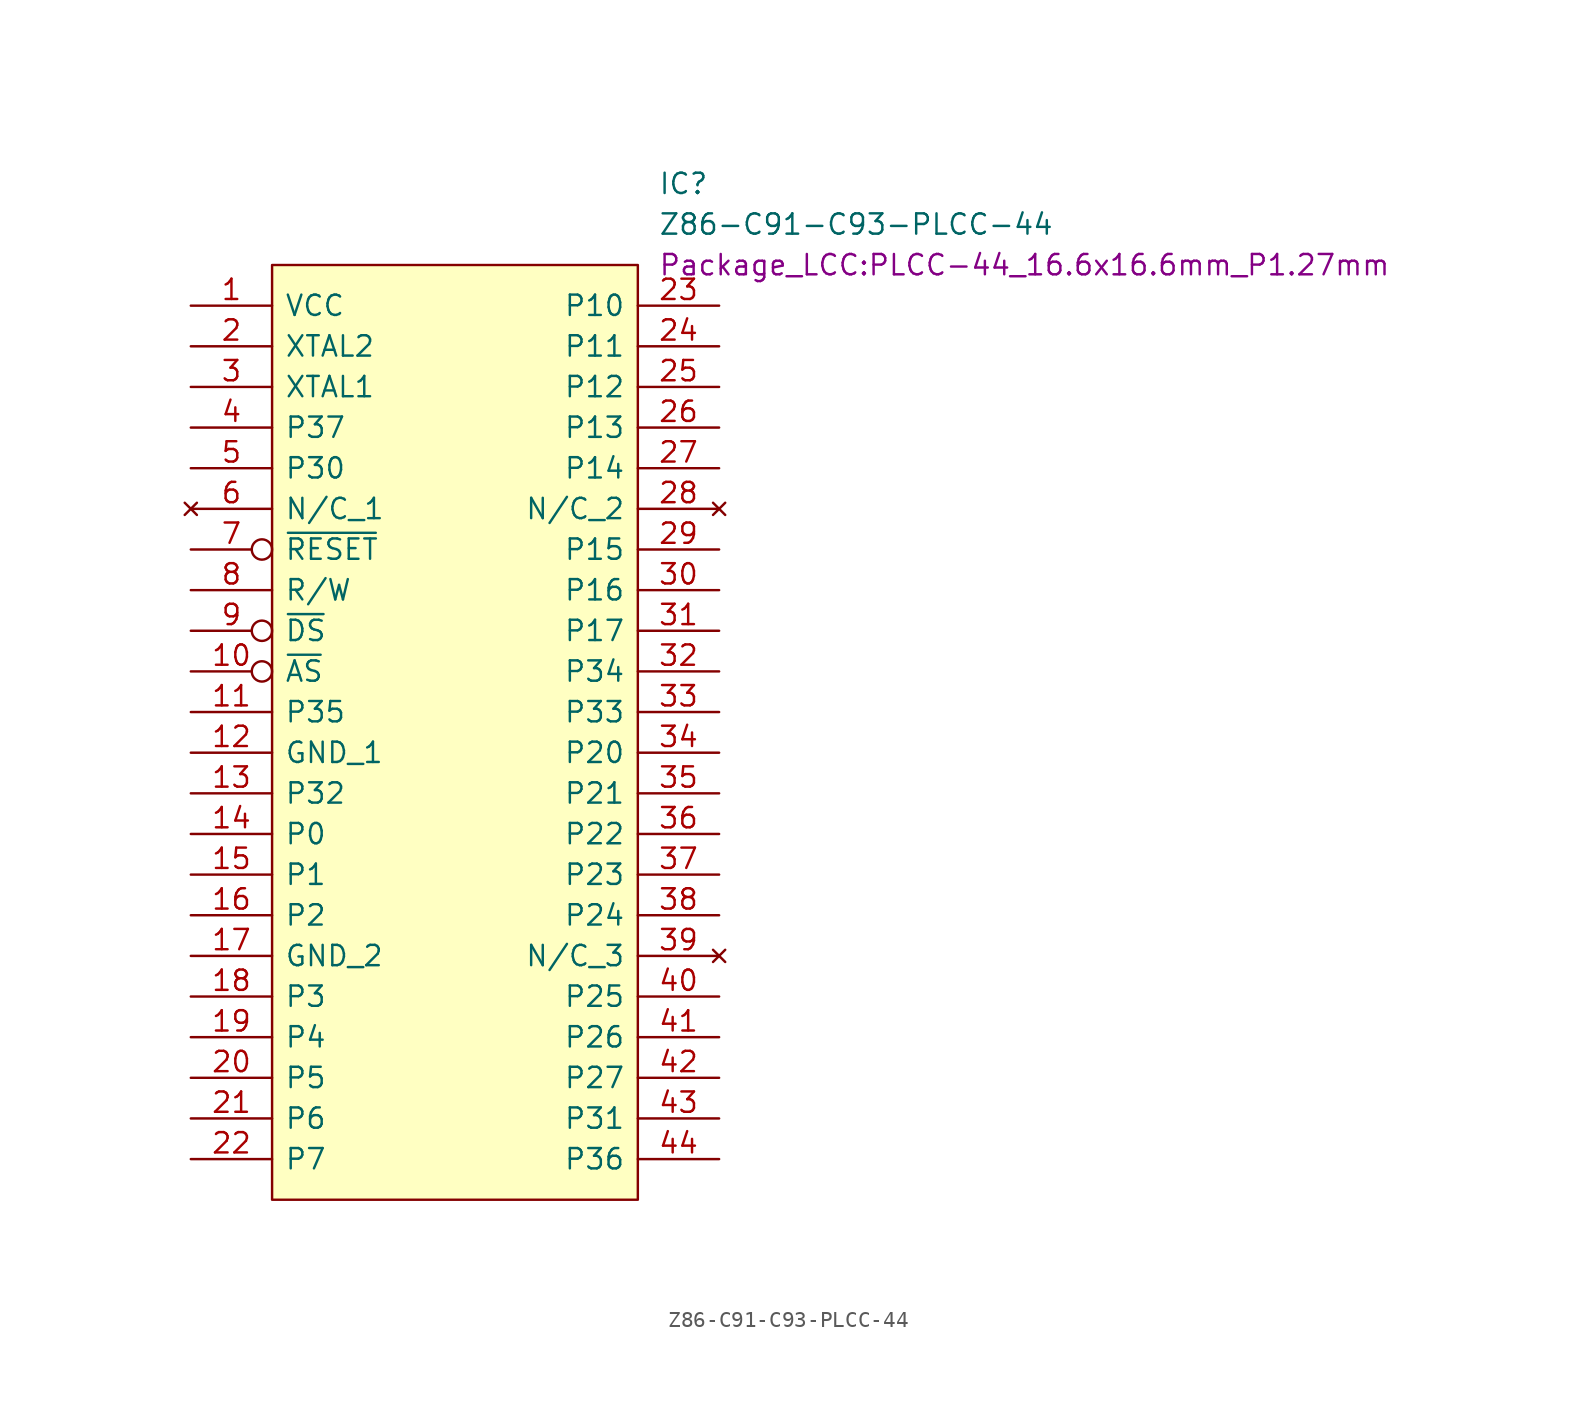
<source format=kicad_sym>
(kicad_symbol_lib
  (version 20211014)
  (generator kicad_symbol_editor)
  (symbol "Z86-C91-C93-PLCC-44"
    (pin_names
      (offset 0.762))
    (property "Reference" "IC"
      (at 24.13 5.08 0)
      (effects (font (size 1.27 1.27)) (justify left)))
    (property "Value" "Z86-C91-C93-PLCC-44"
      (at 24.13 2.54 0)
      (effects (font (size 1.27 1.27)) (justify left)))
    (property "Footprint" "Package_LCC:PLCC-44_16.6x16.6mm_P1.27mm"
      (at 24.13 0 0)
      (effects (font (size 1.27 1.27)) (justify left)))
    (symbol "Z86-C91-C93-PLCC-44_0_0"
      (pin power_in line (at -5.08 -2.54 0) (length 5.08) (name "VCC" (effects (font (size 1.27 1.27)))) (number "1" (effects (font (size 1.27 1.27)))))
      (pin output inverted (at -5.08 -25.4 0) (length 5.08) (name "~{AS}" (effects (font (size 1.27 1.27)))) (number "10" (effects (font (size 1.27 1.27)))))
      (pin bidirectional line (at -5.08 -27.94 0) (length 5.08) (name "P35" (effects (font (size 1.27 1.27)))) (number "11" (effects (font (size 1.27 1.27)))))
      (pin power_in line (at -5.08 -30.48 0) (length 5.08) (name "GND_1" (effects (font (size 1.27 1.27)))) (number "12" (effects (font (size 1.27 1.27)))))
      (pin bidirectional line (at -5.08 -33.02 0) (length 5.08) (name "P32" (effects (font (size 1.27 1.27)))) (number "13" (effects (font (size 1.27 1.27)))))
      (pin bidirectional line (at -5.08 -35.56 0) (length 5.08) (name "P0" (effects (font (size 1.27 1.27)))) (number "14" (effects (font (size 1.27 1.27)))))
      (pin bidirectional line (at -5.08 -38.1 0) (length 5.08) (name "P1" (effects (font (size 1.27 1.27)))) (number "15" (effects (font (size 1.27 1.27)))))
      (pin bidirectional line (at -5.08 -40.64 0) (length 5.08) (name "P2" (effects (font (size 1.27 1.27)))) (number "16" (effects (font (size 1.27 1.27)))))
      (pin power_in line (at -5.08 -43.18 0) (length 5.08) (name "GND_2" (effects (font (size 1.27 1.27)))) (number "17" (effects (font (size 1.27 1.27)))))
      (pin bidirectional line (at -5.08 -45.72 0) (length 5.08) (name "P3" (effects (font (size 1.27 1.27)))) (number "18" (effects (font (size 1.27 1.27)))))
      (pin bidirectional line (at -5.08 -48.26 0) (length 5.08) (name "P4" (effects (font (size 1.27 1.27)))) (number "19" (effects (font (size 1.27 1.27)))))
      (pin output line (at -5.08 -5.08 0) (length 5.08) (name "XTAL2" (effects (font (size 1.27 1.27)))) (number "2" (effects (font (size 1.27 1.27)))))
      (pin bidirectional line (at -5.08 -50.8 0) (length 5.08) (name "P5" (effects (font (size 1.27 1.27)))) (number "20" (effects (font (size 1.27 1.27)))))
      (pin bidirectional line (at -5.08 -53.34 0) (length 5.08) (name "P6" (effects (font (size 1.27 1.27)))) (number "21" (effects (font (size 1.27 1.27)))))
      (pin bidirectional line (at -5.08 -55.88 0) (length 5.08) (name "P7" (effects (font (size 1.27 1.27)))) (number "22" (effects (font (size 1.27 1.27)))))
      (pin bidirectional line (at 27.94 -2.54 180) (length 5.08) (name "P10" (effects (font (size 1.27 1.27)))) (number "23" (effects (font (size 1.27 1.27)))))
      (pin bidirectional line (at 27.94 -5.08 180) (length 5.08) (name "P11" (effects (font (size 1.27 1.27)))) (number "24" (effects (font (size 1.27 1.27)))))
      (pin bidirectional line (at 27.94 -7.62 180) (length 5.08) (name "P12" (effects (font (size 1.27 1.27)))) (number "25" (effects (font (size 1.27 1.27)))))
      (pin bidirectional line (at 27.94 -10.16 180) (length 5.08) (name "P13" (effects (font (size 1.27 1.27)))) (number "26" (effects (font (size 1.27 1.27)))))
      (pin bidirectional line (at 27.94 -12.7 180) (length 5.08) (name "P14" (effects (font (size 1.27 1.27)))) (number "27" (effects (font (size 1.27 1.27)))))
      (pin no_connect line (at 27.94 -15.24 180) (length 5.08) (name "N/C_2" (effects (font (size 1.27 1.27)))) (number "28" (effects (font (size 1.27 1.27)))))
      (pin bidirectional line (at 27.94 -17.78 180) (length 5.08) (name "P15" (effects (font (size 1.27 1.27)))) (number "29" (effects (font (size 1.27 1.27)))))
      (pin input line (at -5.08 -7.62 0) (length 5.08) (name "XTAL1" (effects (font (size 1.27 1.27)))) (number "3" (effects (font (size 1.27 1.27)))))
      (pin bidirectional line (at 27.94 -20.32 180) (length 5.08) (name "P16" (effects (font (size 1.27 1.27)))) (number "30" (effects (font (size 1.27 1.27)))))
      (pin bidirectional line (at 27.94 -22.86 180) (length 5.08) (name "P17" (effects (font (size 1.27 1.27)))) (number "31" (effects (font (size 1.27 1.27)))))
      (pin bidirectional line (at 27.94 -25.4 180) (length 5.08) (name "P34" (effects (font (size 1.27 1.27)))) (number "32" (effects (font (size 1.27 1.27)))))
      (pin bidirectional line (at 27.94 -27.94 180) (length 5.08) (name "P33" (effects (font (size 1.27 1.27)))) (number "33" (effects (font (size 1.27 1.27)))))
      (pin bidirectional line (at 27.94 -30.48 180) (length 5.08) (name "P20" (effects (font (size 1.27 1.27)))) (number "34" (effects (font (size 1.27 1.27)))))
      (pin bidirectional line (at 27.94 -33.02 180) (length 5.08) (name "P21" (effects (font (size 1.27 1.27)))) (number "35" (effects (font (size 1.27 1.27)))))
      (pin bidirectional line (at 27.94 -35.56 180) (length 5.08) (name "P22" (effects (font (size 1.27 1.27)))) (number "36" (effects (font (size 1.27 1.27)))))
      (pin bidirectional line (at 27.94 -38.1 180) (length 5.08) (name "P23" (effects (font (size 1.27 1.27)))) (number "37" (effects (font (size 1.27 1.27)))))
      (pin bidirectional line (at 27.94 -40.64 180) (length 5.08) (name "P24" (effects (font (size 1.27 1.27)))) (number "38" (effects (font (size 1.27 1.27)))))
      (pin no_connect line (at 27.94 -43.18 180) (length 5.08) (name "N/C_3" (effects (font (size 1.27 1.27)))) (number "39" (effects (font (size 1.27 1.27)))))
      (pin bidirectional line (at -5.08 -10.16 0) (length 5.08) (name "P37" (effects (font (size 1.27 1.27)))) (number "4" (effects (font (size 1.27 1.27)))))
      (pin bidirectional line (at 27.94 -45.72 180) (length 5.08) (name "P25" (effects (font (size 1.27 1.27)))) (number "40" (effects (font (size 1.27 1.27)))))
      (pin bidirectional line (at 27.94 -48.26 180) (length 5.08) (name "P26" (effects (font (size 1.27 1.27)))) (number "41" (effects (font (size 1.27 1.27)))))
      (pin bidirectional line (at 27.94 -50.8 180) (length 5.08) (name "P27" (effects (font (size 1.27 1.27)))) (number "42" (effects (font (size 1.27 1.27)))))
      (pin bidirectional line (at 27.94 -53.34 180) (length 5.08) (name "P31" (effects (font (size 1.27 1.27)))) (number "43" (effects (font (size 1.27 1.27)))))
      (pin bidirectional line (at 27.94 -55.88 180) (length 5.08) (name "P36" (effects (font (size 1.27 1.27)))) (number "44" (effects (font (size 1.27 1.27)))))
      (pin bidirectional line (at -5.08 -12.7 0) (length 5.08) (name "P30" (effects (font (size 1.27 1.27)))) (number "5" (effects (font (size 1.27 1.27)))))
      (pin no_connect line (at -5.08 -15.24 0) (length 5.08) (name "N/C_1" (effects (font (size 1.27 1.27)))) (number "6" (effects (font (size 1.27 1.27)))))
      (pin input inverted (at -5.08 -17.78 0) (length 5.08) (name "~{RESET}" (effects (font (size 1.27 1.27)))) (number "7" (effects (font (size 1.27 1.27)))))
      (pin bidirectional line (at -5.08 -20.32 0) (length 5.08) (name "R/W" (effects (font (size 1.27 1.27)))) (number "8" (effects (font (size 1.27 1.27)))))
      (pin output inverted (at -5.08 -22.86 0) (length 5.08) (name "~{DS}" (effects (font (size 1.27 1.27)))) (number "9" (effects (font (size 1.27 1.27))))))
    (symbol "Z86-C91-C93-PLCC-44_0_1"
      (polyline (pts (xy 0 0) (xy 22.86 0) (xy 22.86 -58.42) (xy 0 -58.42) (xy 0 0)) (stroke (width 0.152) (type solid)) (fill (type background))))))
</source>
